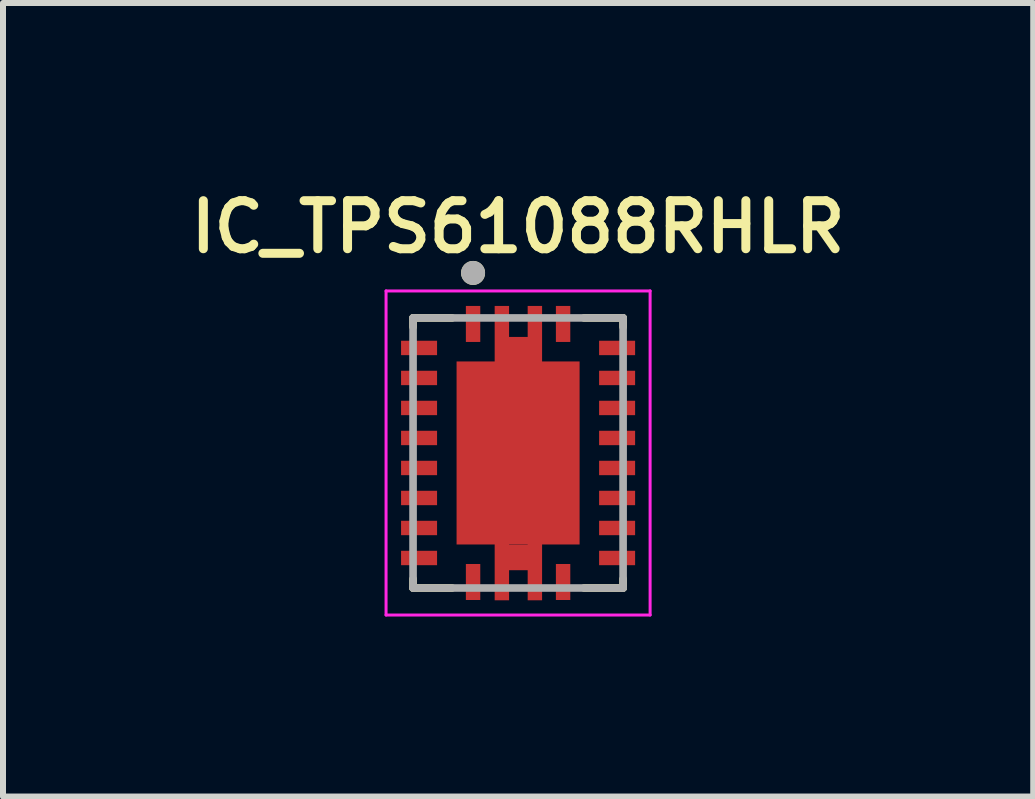
<source format=kicad_pcb>
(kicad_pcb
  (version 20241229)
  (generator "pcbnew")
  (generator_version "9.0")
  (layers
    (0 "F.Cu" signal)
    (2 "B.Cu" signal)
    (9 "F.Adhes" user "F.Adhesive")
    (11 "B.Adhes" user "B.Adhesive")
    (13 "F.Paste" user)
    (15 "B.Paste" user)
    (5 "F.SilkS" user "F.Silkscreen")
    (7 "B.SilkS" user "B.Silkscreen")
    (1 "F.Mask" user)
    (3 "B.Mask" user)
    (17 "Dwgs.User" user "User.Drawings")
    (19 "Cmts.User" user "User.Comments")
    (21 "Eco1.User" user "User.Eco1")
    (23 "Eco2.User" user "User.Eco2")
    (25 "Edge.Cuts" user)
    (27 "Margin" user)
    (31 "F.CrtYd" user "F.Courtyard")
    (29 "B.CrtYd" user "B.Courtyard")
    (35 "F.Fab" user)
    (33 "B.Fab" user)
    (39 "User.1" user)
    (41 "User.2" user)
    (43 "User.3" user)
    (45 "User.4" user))
  (footprint "IC_TPS61088RHLR"
    (layer "F.Cu")
    (at 5.583 4.498)
    (property "Reference" "IC_TPS61088RHLR" (at 0 -3.766 0) (layer "F.SilkS") (effects (font (size 0.801 0.801) (thickness 0.15))))
    (attr through_hole)
    (fp_poly (pts (xy -0.477 -1.627) (xy -0.477 -2.4) (xy -0.477 -2.408) (xy -0.476 -2.416) (xy -0.475 -2.424) (xy -0.474 -2.432) (xy -0.472 -2.439) (xy -0.47 -2.447) (xy -0.467 -2.454) (xy -0.464 -2.462) (xy -0.46 -2.469) (xy -0.457 -2.476) (xy -0.452 -2.483) (xy -0.448 -2.489) (xy -0.443 -2.496) (xy -0.438 -2.502) (xy -0.432 -2.507) (xy -0.427 -2.513) (xy -0.421 -2.518) (xy -0.414 -2.523) (xy -0.408 -2.527) (xy -0.401 -2.532) (xy -0.394 -2.535) (xy -0.387 -2.539) (xy -0.379 -2.542) (xy -0.372 -2.545) (xy -0.364 -2.547) (xy -0.357 -2.549) (xy -0.349 -2.55) (xy -0.341 -2.551) (xy -0.333 -2.552) (xy -0.325 -2.552) (xy -0.225 -2.552) (xy -0.217 -2.552) (xy -0.209 -2.551) (xy -0.201 -2.55) (xy -0.193 -2.549) (xy -0.186 -2.547) (xy -0.178 -2.545) (xy -0.171 -2.542) (xy -0.163 -2.539) (xy -0.156 -2.535) (xy -0.149 -2.532) (xy -0.142 -2.527) (xy -0.136 -2.523) (xy -0.129 -2.518) (xy -0.123 -2.513) (xy -0.118 -2.507) (xy -0.112 -2.502) (xy -0.107 -2.496) (xy -0.102 -2.489) (xy -0.098 -2.483) (xy -0.093 -2.476) (xy -0.09 -2.469) (xy -0.086 -2.462) (xy -0.083 -2.454) (xy -0.08 -2.447) (xy -0.078 -2.439) (xy -0.076 -2.432) (xy -0.075 -2.424) (xy -0.074 -2.416) (xy -0.073 -2.408) (xy -0.073 -2.4) (xy -0.073 -2.027) (xy 0.072 -2.027) (xy 0.073 -2.027) (xy 0.073 -2.402) (xy 0.073 -2.41) (xy 0.074 -2.418) (xy 0.075 -2.425) (xy 0.076 -2.433) (xy 0.078 -2.441) (xy 0.08 -2.448) (xy 0.083 -2.456) (xy 0.086 -2.463) (xy 0.089 -2.47) (xy 0.093 -2.477) (xy 0.097 -2.484) (xy 0.102 -2.49) (xy 0.106 -2.496) (xy 0.112 -2.502) (xy 0.117 -2.508) (xy 0.123 -2.513) (xy 0.129 -2.519) (xy 0.135 -2.523) (xy 0.141 -2.528) (xy 0.148 -2.532) (xy 0.155 -2.536) (xy 0.162 -2.539) (xy 0.169 -2.542) (xy 0.177 -2.545) (xy 0.184 -2.547) (xy 0.192 -2.549) (xy 0.2 -2.55) (xy 0.207 -2.551) (xy 0.215 -2.552) (xy 0.223 -2.552) (xy 0.326 -2.552) (xy 0.334 -2.552) (xy 0.342 -2.551) (xy 0.35 -2.55) (xy 0.357 -2.549) (xy 0.365 -2.547) (xy 0.373 -2.545) (xy 0.38 -2.542) (xy 0.387 -2.539) (xy 0.395 -2.536) (xy 0.402 -2.532) (xy 0.408 -2.528) (xy 0.415 -2.523) (xy 0.421 -2.518) (xy 0.427 -2.513) (xy 0.433 -2.508) (xy 0.438 -2.502) (xy 0.443 -2.496) (xy 0.448 -2.49) (xy 0.453 -2.483) (xy 0.457 -2.477) (xy 0.461 -2.47) (xy 0.464 -2.462) (xy 0.467 -2.455) (xy 0.47 -2.448) (xy 0.472 -2.44) (xy 0.474 -2.432) (xy 0.475 -2.425) (xy 0.476 -2.417) (xy 0.477 -2.409) (xy 0.477 -2.401) (xy 0.477 -1.627) (xy 0.975 -1.627) (xy 0.983 -1.627) (xy 0.991 -1.626) (xy 0.999 -1.625) (xy 1.007 -1.624) (xy 1.014 -1.622) (xy 1.022 -1.62) (xy 1.029 -1.617) (xy 1.037 -1.614) (xy 1.044 -1.61) (xy 1.051 -1.607) (xy 1.058 -1.602) (xy 1.064 -1.598) (xy 1.071 -1.593) (xy 1.077 -1.588) (xy 1.082 -1.582) (xy 1.088 -1.577) (xy 1.093 -1.571) (xy 1.098 -1.564) (xy 1.102 -1.558) (xy 1.107 -1.551) (xy 1.11 -1.544) (xy 1.114 -1.537) (xy 1.117 -1.529) (xy 1.12 -1.522) (xy 1.122 -1.514) (xy 1.124 -1.507) (xy 1.125 -1.499) (xy 1.126 -1.491) (xy 1.127 -1.483) (xy 1.127 -1.475) (xy 1.127 1.476) (xy 1.127 1.484) (xy 1.126 1.492) (xy 1.125 1.499) (xy 1.124 1.507) (xy 1.122 1.515) (xy 1.12 1.522) (xy 1.117 1.53) (xy 1.114 1.537) (xy 1.111 1.544) (xy 1.107 1.551) (xy 1.103 1.558) (xy 1.098 1.564) (xy 1.094 1.57) (xy 1.088 1.576) (xy 1.083 1.582) (xy 1.077 1.587) (xy 1.071 1.593) (xy 1.065 1.597) (xy 1.059 1.602) (xy 1.052 1.606) (xy 1.045 1.61) (xy 1.038 1.613) (xy 1.031 1.616) (xy 1.023 1.619) (xy 1.016 1.621) (xy 1.008 1.623) (xy 1 1.624) (xy 0.993 1.625) (xy 0.985 1.626) (xy 0.977 1.626) (xy 0.478 1.626) (xy 0.478 1.626) (xy 0.478 1.626) (xy 0.478 1.626) (xy 0.478 1.626) (xy 0.478 1.626) (xy 0.478 1.626) (xy 0.478 1.626) (xy 0.478 1.626) (xy 0.478 1.626) (xy 0.477 1.626) (xy 0.477 1.626) (xy 0.477 1.626) (xy 0.477 1.626) (xy 0.477 1.626) (xy 0.477 1.626) (xy 0.477 1.626) (xy 0.477 1.626) (xy 0.477 1.626) (xy 0.477 1.626) (xy 0.477 1.627) (xy 0.477 1.627) (xy 0.477 1.627) (xy 0.477 1.627) (xy 0.477 1.627) (xy 0.477 1.627) (xy 0.477 1.627) (xy 0.477 1.627) (xy 0.477 1.627) (xy 0.477 1.627) (xy 0.477 1.627) (xy 0.477 2.401) (xy 0.477 2.409) (xy 0.476 2.417) (xy 0.475 2.424) (xy 0.474 2.432) (xy 0.472 2.44) (xy 0.47 2.447) (xy 0.467 2.455) (xy 0.464 2.462) (xy 0.461 2.469) (xy 0.457 2.476) (xy 0.453 2.483) (xy 0.448 2.489) (xy 0.444 2.495) (xy 0.438 2.501) (xy 0.433 2.507) (xy 0.427 2.512) (xy 0.421 2.518) (xy 0.415 2.522) (xy 0.409 2.527) (xy 0.402 2.531) (xy 0.395 2.535) (xy 0.388 2.538) (xy 0.381 2.541) (xy 0.373 2.544) (xy 0.366 2.546) (xy 0.358 2.548) (xy 0.35 2.549) (xy 0.343 2.55) (xy 0.335 2.551) (xy 0.327 2.551) (xy 0.222 2.551) (xy 0.214 2.551) (xy 0.206 2.55) (xy 0.199 2.549) (xy 0.191 2.548) (xy 0.183 2.546) (xy 0.176 2.544) (xy 0.169 2.541) (xy 0.161 2.538) (xy 0.154 2.535) (xy 0.147 2.531) (xy 0.141 2.527) (xy 0.134 2.523) (xy 0.128 2.518) (xy 0.122 2.513) (xy 0.117 2.507) (xy 0.111 2.502) (xy 0.106 2.496) (xy 0.101 2.49) (xy 0.097 2.483) (xy 0.093 2.477) (xy 0.089 2.47) (xy 0.086 2.463) (xy 0.083 2.455) (xy 0.08 2.448) (xy 0.078 2.441) (xy 0.076 2.433) (xy 0.075 2.425) (xy 0.074 2.418) (xy 0.073 2.41) (xy 0.073 2.402) (xy 0.073 2.027) (xy -0.072 2.027) (xy -0.072 2.027) (xy -0.072 2.027) (xy -0.072 2.027) (xy -0.072 2.027) (xy -0.072 2.027) (xy -0.072 2.027) (xy -0.072 2.027) (xy -0.072 2.027) (xy -0.072 2.027) (xy -0.072 2.027) (xy -0.073 2.027) (xy -0.073 2.027) (xy -0.073 2.027) (xy -0.073 2.027) (xy -0.073 2.027) (xy -0.073 2.027) (xy -0.073 2.027) (xy -0.073 2.027) (xy -0.073 2.027) (xy -0.073 2.027) (xy -0.073 2.028) (xy -0.073 2.028) (xy -0.073 2.028) (xy -0.073 2.028) (xy -0.073 2.028) (xy -0.073 2.028) (xy -0.073 2.028) (xy -0.073 2.028) (xy -0.073 2.028) (xy -0.073 2.028) (xy -0.073 2.401) (xy -0.073 2.409) (xy -0.074 2.417) (xy -0.075 2.424) (xy -0.076 2.432) (xy -0.078 2.44) (xy -0.08 2.447) (xy -0.083 2.455) (xy -0.086 2.462) (xy -0.089 2.469) (xy -0.093 2.476) (xy -0.097 2.483) (xy -0.102 2.489) (xy -0.106 2.495) (xy -0.112 2.501) (xy -0.117 2.507) (xy -0.123 2.512) (xy -0.129 2.518) (xy -0.135 2.522) (xy -0.141 2.527) (xy -0.148 2.531) (xy -0.155 2.535) (xy -0.162 2.538) (xy -0.169 2.541) (xy -0.177 2.544) (xy -0.184 2.546) (xy -0.192 2.548) (xy -0.2 2.549) (xy -0.207 2.55) (xy -0.215 2.551) (xy -0.223 2.551) (xy -0.329 2.551) (xy -0.337 2.551) (xy -0.344 2.55) (xy -0.352 2.549) (xy -0.36 2.548) (xy -0.367 2.546) (xy -0.375 2.544) (xy -0.382 2.541) (xy -0.389 2.538) (xy -0.396 2.535) (xy -0.403 2.531) (xy -0.41 2.527) (xy -0.416 2.523) (xy -0.422 2.518) (xy -0.428 2.513) (xy -0.434 2.508) (xy -0.439 2.502) (xy -0.444 2.496) (xy -0.449 2.49) (xy -0.453 2.484) (xy -0.457 2.477) (xy -0.461 2.47) (xy -0.464 2.463) (xy -0.467 2.456) (xy -0.47 2.449) (xy -0.472 2.441) (xy -0.474 2.434) (xy -0.475 2.426) (xy -0.476 2.418) (xy -0.477 2.411) (xy -0.477 2.403) (xy -0.477 1.627) (xy -0.975 1.627) (xy -0.983 1.627) (xy -0.991 1.626) (xy -0.999 1.625) (xy -1.007 1.624) (xy -1.014 1.622) (xy -1.022 1.62) (xy -1.029 1.617) (xy -1.037 1.614) (xy -1.044 1.61) (xy -1.051 1.607) (xy -1.058 1.602) (xy -1.064 1.598) (xy -1.071 1.593) (xy -1.077 1.588) (xy -1.082 1.582) (xy -1.088 1.577) (xy -1.093 1.571) (xy -1.098 1.564) (xy -1.102 1.558) (xy -1.107 1.551) (xy -1.11 1.544) (xy -1.114 1.537) (xy -1.117 1.529) (xy -1.12 1.522) (xy -1.122 1.514) (xy -1.124 1.507) (xy -1.125 1.499) (xy -1.126 1.491) (xy -1.127 1.483) (xy -1.127 1.475) (xy -1.127 -1.474) (xy -1.127 -1.482) (xy -1.126 -1.49) (xy -1.125 -1.498) (xy -1.124 -1.506) (xy -1.122 -1.513) (xy -1.12 -1.521) (xy -1.117 -1.528) (xy -1.114 -1.536) (xy -1.11 -1.543) (xy -1.107 -1.55) (xy -1.102 -1.557) (xy -1.098 -1.563) (xy -1.093 -1.57) (xy -1.088 -1.576) (xy -1.082 -1.581) (xy -1.077 -1.587) (xy -1.071 -1.592) (xy -1.064 -1.597) (xy -1.058 -1.601) (xy -1.051 -1.606) (xy -1.044 -1.609) (xy -1.037 -1.613) (xy -1.029 -1.616) (xy -1.022 -1.619) (xy -1.014 -1.621) (xy -1.007 -1.623) (xy -0.999 -1.624) (xy -0.991 -1.625) (xy -0.983 -1.626) (xy -0.975 -1.626) (xy -0.478 -1.626) (xy -0.478 -1.626) (xy -0.478 -1.626) (xy -0.478 -1.626) (xy -0.478 -1.626) (xy -0.478 -1.626) (xy -0.478 -1.626) (xy -0.478 -1.626) (xy -0.478 -1.626) (xy -0.478 -1.626) (xy -0.477 -1.626) (xy -0.477 -1.626) (xy -0.477 -1.626) (xy -0.477 -1.626) (xy -0.477 -1.626) (xy -0.477 -1.626) (xy -0.477 -1.626) (xy -0.477 -1.626) (xy -0.477 -1.626) (xy -0.477 -1.626) (xy -0.477 -1.627) (xy -0.477 -1.627) (xy -0.477 -1.627) (xy -0.477 -1.627) (xy -0.477 -1.627) (xy -0.477 -1.627) (xy -0.477 -1.627) (xy -0.477 -1.627) (xy -0.477 -1.627) (xy -0.477 -1.627) (xy -0.477 -1.627)) (stroke (width 0.01) (type solid)) (fill yes) (layer "F.Mask"))
    (fp_line (start -1.75 -2.25) (end -1.1 -2.25) (stroke (width 0.127) (type solid)) (layer "F.SilkS"))
    (fp_line (start -1.75 -2.1) (end -1.75 -2.25) (stroke (width 0.127) (type solid)) (layer "F.SilkS"))
    (fp_line (start -1.75 2.1) (end -1.75 2.25) (stroke (width 0.127) (type solid)) (layer "F.SilkS"))
    (fp_line (start -1.75 2.25) (end -1.1 2.25) (stroke (width 0.127) (type solid)) (layer "F.SilkS"))
    (fp_line (start 1.1 -2.25) (end 1.75 -2.25) (stroke (width 0.127) (type solid)) (layer "F.SilkS"))
    (fp_line (start 1.1 2.25) (end 1.75 2.25) (stroke (width 0.127) (type solid)) (layer "F.SilkS"))
    (fp_line (start 1.75 -2.25) (end 1.75 -2.1) (stroke (width 0.127) (type solid)) (layer "F.SilkS"))
    (fp_line (start 1.75 2.25) (end 1.75 2.1) (stroke (width 0.127) (type solid)) (layer "F.SilkS"))
    (fp_circle (center -0.75 -3) (end -0.65 -3) (stroke (width 0.2) (type solid)) (fill no) (layer "F.SilkS"))
    (fp_poly (pts (xy -1.02 -0.625) (xy -0.1 -0.625) (xy -0.1 -1.475) (xy -1.02 -1.475)) (stroke (width 0.01) (type solid)) (fill yes) (layer "F.Paste"))
    (fp_poly (pts (xy -1.02 0.425) (xy -0.1 0.425) (xy -0.1 -0.425) (xy -1.02 -0.425)) (stroke (width 0.01) (type solid)) (fill yes) (layer "F.Paste"))
    (fp_poly (pts (xy -1.02 1.475) (xy -0.1 1.475) (xy -0.1 0.625) (xy -1.02 0.625)) (stroke (width 0.01) (type solid)) (fill yes) (layer "F.Paste"))
    (fp_poly (pts (xy 0.1 -0.625) (xy 1.02 -0.625) (xy 1.02 -1.475) (xy 0.1 -1.475)) (stroke (width 0.01) (type solid)) (fill yes) (layer "F.Paste"))
    (fp_poly (pts (xy 0.1 0.425) (xy 1.02 0.425) (xy 1.02 -0.425) (xy 0.1 -0.425)) (stroke (width 0.01) (type solid)) (fill yes) (layer "F.Paste"))
    (fp_poly (pts (xy 0.1 1.475) (xy 1.02 1.475) (xy 1.02 0.625) (xy 0.1 0.625)) (stroke (width 0.01) (type solid)) (fill yes) (layer "F.Paste"))
    (fp_poly (pts (xy 0.375 1.675) (xy 0.375 2.4) (xy 0.375 2.403) (xy 0.375 2.405) (xy 0.374 2.408) (xy 0.374 2.41) (xy 0.373 2.413) (xy 0.373 2.415) (xy 0.372 2.418) (xy 0.371 2.42) (xy 0.37 2.423) (xy 0.368 2.425) (xy 0.367 2.427) (xy 0.365 2.429) (xy 0.364 2.431) (xy 0.362 2.433) (xy 0.36 2.435) (xy 0.358 2.437) (xy 0.356 2.439) (xy 0.354 2.44) (xy 0.352 2.442) (xy 0.35 2.443) (xy 0.348 2.445) (xy 0.345 2.446) (xy 0.343 2.447) (xy 0.34 2.448) (xy 0.338 2.448) (xy 0.335 2.449) (xy 0.333 2.449) (xy 0.33 2.45) (xy 0.328 2.45) (xy 0.325 2.45) (xy 0.225 2.45) (xy 0.222 2.45) (xy 0.22 2.45) (xy 0.217 2.449) (xy 0.215 2.449) (xy 0.212 2.448) (xy 0.21 2.448) (xy 0.207 2.447) (xy 0.205 2.446) (xy 0.202 2.445) (xy 0.2 2.443) (xy 0.198 2.442) (xy 0.196 2.44) (xy 0.194 2.439) (xy 0.192 2.437) (xy 0.19 2.435) (xy 0.188 2.433) (xy 0.186 2.431) (xy 0.185 2.429) (xy 0.183 2.427) (xy 0.182 2.425) (xy 0.18 2.423) (xy 0.179 2.42) (xy 0.178 2.418) (xy 0.177 2.415) (xy 0.177 2.413) (xy 0.176 2.41) (xy 0.176 2.408) (xy 0.175 2.405) (xy 0.175 2.403) (xy 0.175 2.4) (xy 0.175 1.925) (xy -0.175 1.925) (xy -0.175 2.4) (xy -0.175 2.403) (xy -0.175 2.405) (xy -0.176 2.408) (xy -0.176 2.41) (xy -0.177 2.413) (xy -0.177 2.415) (xy -0.178 2.418) (xy -0.179 2.42) (xy -0.18 2.423) (xy -0.182 2.425) (xy -0.183 2.427) (xy -0.185 2.429) (xy -0.186 2.431) (xy -0.188 2.433) (xy -0.19 2.435) (xy -0.192 2.437) (xy -0.194 2.439) (xy -0.196 2.44) (xy -0.198 2.442) (xy -0.2 2.443) (xy -0.202 2.445) (xy -0.205 2.446) (xy -0.207 2.447) (xy -0.21 2.448) (xy -0.212 2.448) (xy -0.215 2.449) (xy -0.217 2.449) (xy -0.22 2.45) (xy -0.222 2.45) (xy -0.225 2.45) (xy -0.325 2.45) (xy -0.328 2.45) (xy -0.33 2.45) (xy -0.333 2.449) (xy -0.335 2.449) (xy -0.338 2.448) (xy -0.34 2.448) (xy -0.343 2.447) (xy -0.345 2.446) (xy -0.348 2.445) (xy -0.35 2.443) (xy -0.352 2.442) (xy -0.354 2.44) (xy -0.356 2.439) (xy -0.358 2.437) (xy -0.36 2.435) (xy -0.362 2.433) (xy -0.364 2.431) (xy -0.365 2.429) (xy -0.367 2.427) (xy -0.368 2.425) (xy -0.37 2.423) (xy -0.371 2.42) (xy -0.372 2.418) (xy -0.373 2.415) (xy -0.373 2.413) (xy -0.374 2.41) (xy -0.374 2.408) (xy -0.375 2.405) (xy -0.375 2.403) (xy -0.375 2.4) (xy -0.375 1.675) (xy 0.375 1.675)) (stroke (width 0.01) (type solid)) (fill yes) (layer "F.Paste"))
    (fp_line (start -2.2 -2.7) (end -2.2 2.7) (stroke (width 0.05) (type solid)) (layer "F.CrtYd"))
    (fp_line (start -2.2 2.7) (end 2.2 2.7) (stroke (width 0.05) (type solid)) (layer "F.CrtYd"))
    (fp_line (start 2.2 -2.7) (end -2.2 -2.7) (stroke (width 0.05) (type solid)) (layer "F.CrtYd"))
    (fp_line (start 2.2 2.7) (end 2.2 -2.7) (stroke (width 0.05) (type solid)) (layer "F.CrtYd"))
    (fp_line (start -1.75 -2.25) (end 1.75 -2.25) (stroke (width 0.127) (type solid)) (layer "F.Fab"))
    (fp_line (start -1.75 2.25) (end -1.75 -2.25) (stroke (width 0.127) (type solid)) (layer "F.Fab"))
    (fp_line (start 1.75 -2.25) (end 1.75 2.25) (stroke (width 0.127) (type solid)) (layer "F.Fab"))
    (fp_line (start 1.75 2.25) (end -1.75 2.25) (stroke (width 0.127) (type solid)) (layer "F.Fab"))
    (fp_circle (center -0.75 -3) (end -0.65 -3) (stroke (width 0.2) (type solid)) (fill no) (layer "F.Fab"))
    (pad "1" smd rect (at -0.75 -2.15) (size 0.24 0.6) (layers "F.Cu" "F.Mask" "F.Paste"))
    (pad "2" smd rect (at -1.65 -1.75) (size 0.6 0.24) (layers "F.Cu" "F.Mask" "F.Paste"))
    (pad "3" smd rect (at -1.65 -1.25) (size 0.6 0.24) (layers "F.Cu" "F.Mask" "F.Paste"))
    (pad "4" smd rect (at -1.65 -0.75) (size 0.6 0.24) (layers "F.Cu" "F.Mask" "F.Paste"))
    (pad "5" smd rect (at -1.65 -0.25) (size 0.6 0.24) (layers "F.Cu" "F.Mask" "F.Paste"))
    (pad "6" smd rect (at -1.65 0.25) (size 0.6 0.24) (layers "F.Cu" "F.Mask" "F.Paste"))
    (pad "7" smd rect (at -1.65 0.75) (size 0.6 0.24) (layers "F.Cu" "F.Mask" "F.Paste"))
    (pad "8" smd rect (at -1.65 1.25) (size 0.6 0.24) (layers "F.Cu" "F.Mask" "F.Paste"))
    (pad "9" smd rect (at -1.65 1.75) (size 0.6 0.24) (layers "F.Cu" "F.Mask" "F.Paste"))
    (pad "10" smd rect (at -0.75 2.15) (size 0.24 0.6) (layers "F.Cu" "F.Mask" "F.Paste"))
    (pad "11" smd rect (at 0.75 2.15) (size 0.24 0.6) (layers "F.Cu" "F.Mask" "F.Paste"))
    (pad "12" smd rect (at 1.65 1.75) (size 0.6 0.24) (layers "F.Cu" "F.Mask" "F.Paste"))
    (pad "13" smd rect (at 1.65 1.25) (size 0.6 0.24) (layers "F.Cu" "F.Mask" "F.Paste"))
    (pad "14" smd rect (at 1.65 0.75) (size 0.6 0.24) (layers "F.Cu" "F.Mask" "F.Paste"))
    (pad "15" smd rect (at 1.65 0.25) (size 0.6 0.24) (layers "F.Cu" "F.Mask" "F.Paste"))
    (pad "16" smd rect (at 1.65 -0.25) (size 0.6 0.24) (layers "F.Cu" "F.Mask" "F.Paste"))
    (pad "17" smd rect (at 1.65 -0.75) (size 0.6 0.24) (layers "F.Cu" "F.Mask" "F.Paste"))
    (pad "18" smd rect (at 1.65 -1.25) (size 0.6 0.24) (layers "F.Cu" "F.Mask" "F.Paste"))
    (pad "19" smd rect (at 1.65 -1.75) (size 0.6 0.24) (layers "F.Cu" "F.Mask" "F.Paste"))
    (pad "20" smd rect (at 0.75 -2.15) (size 0.24 0.6) (layers "F.Cu" "F.Mask" "F.Paste"))
    (pad "21" smd rect (at -0.27 -1.955) (size 0.24 0.99) (layers "F.Cu" "F.Mask" "F.Paste"))
    (pad "21" smd rect (at -0.27 1.96) (size 0.24 0.99) (layers "F.Cu" "F.Mask" "F.Paste"))
    (pad "21" smd rect (at 0 -1.72 270) (size 0.427 0.517) (layers "F.Cu" "F.Mask" "F.Paste"))
    (pad "21" smd rect (at 0 0) (size 2.05 3.05) (layers "F.Cu" "F.Mask"))
    (pad "21" smd rect (at 0 1.74 270) (size 0.427 0.517) (layers "F.Cu" "F.Mask" "F.Paste"))
    (pad "21" smd rect (at 0.28 -1.955) (size 0.24 0.99) (layers "F.Cu" "F.Mask" "F.Paste"))
    (pad "21" smd rect (at 0.28 1.96) (size 0.24 0.99) (layers "F.Cu" "F.Mask" "F.Paste")))
  (gr_rect
    (start -3 -3)
    (end 14.167 10.223)
    (stroke (width 0.1) (type default))
    (fill no)
    (layer "Edge.Cuts")))
</source>
